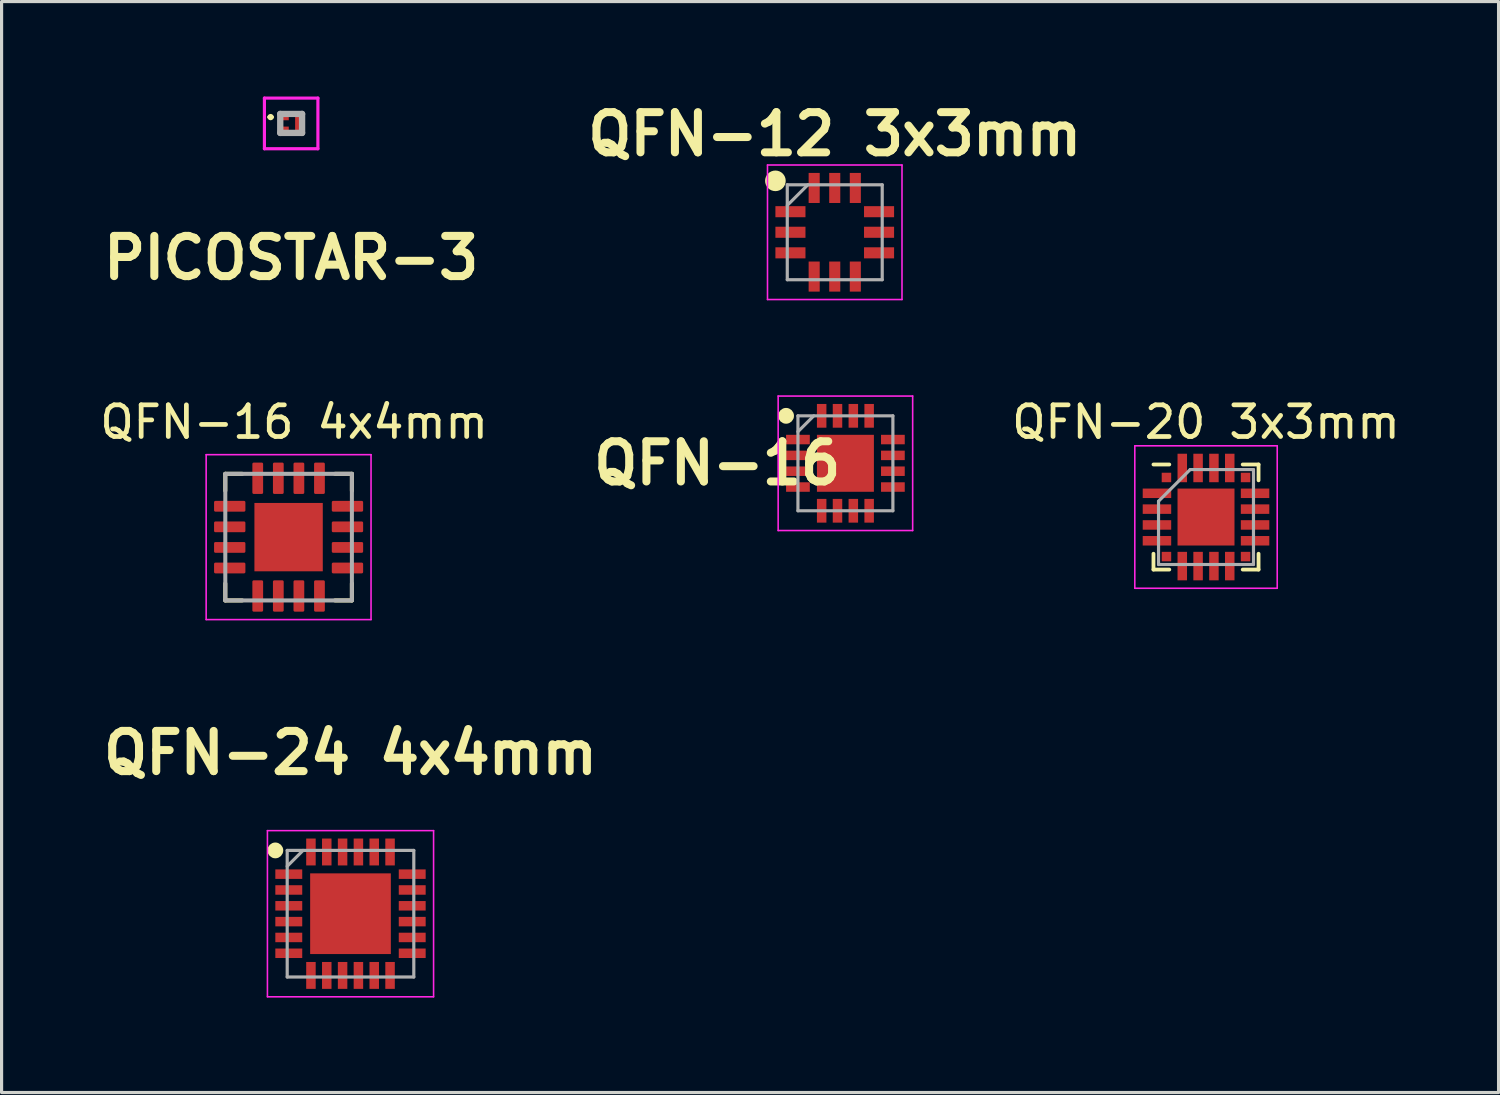
<source format=kicad_pcb>
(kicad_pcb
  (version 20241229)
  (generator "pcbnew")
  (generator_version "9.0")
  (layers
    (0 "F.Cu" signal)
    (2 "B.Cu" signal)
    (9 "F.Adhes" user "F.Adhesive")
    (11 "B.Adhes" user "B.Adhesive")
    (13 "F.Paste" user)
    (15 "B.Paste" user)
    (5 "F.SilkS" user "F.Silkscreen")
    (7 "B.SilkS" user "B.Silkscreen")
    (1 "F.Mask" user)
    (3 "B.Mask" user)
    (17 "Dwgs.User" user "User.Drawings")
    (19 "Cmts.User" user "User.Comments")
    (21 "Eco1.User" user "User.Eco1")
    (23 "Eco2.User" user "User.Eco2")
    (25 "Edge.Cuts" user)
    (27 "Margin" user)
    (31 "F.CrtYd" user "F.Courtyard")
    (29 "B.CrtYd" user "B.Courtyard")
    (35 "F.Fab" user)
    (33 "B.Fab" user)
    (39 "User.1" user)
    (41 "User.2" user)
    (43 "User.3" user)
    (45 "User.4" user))
  (footprint "QFN-24 4x4mm"
    (layer "F.Cu")
    (at 8.025 25.821)
    (property "Reference" "QFN-24 4x4mm" (at 0 -5.08 0) (layer "F.SilkS") (effects (font (size 1.27 1.27) (thickness 0.254))))
    (attr smd)
    (fp_circle (center -2.375 -2) (end -2.375 -1.875) (stroke (width 0.25) (type solid)) (fill no) (layer "F.SilkS"))
    (fp_line (start -2.625 -2.625) (end 2.625 -2.625) (stroke (width 0.05) (type solid)) (layer "F.CrtYd"))
    (fp_line (start -2.625 2.625) (end -2.625 -2.625) (stroke (width 0.05) (type solid)) (layer "F.CrtYd"))
    (fp_line (start 2.625 -2.625) (end 2.625 2.625) (stroke (width 0.05) (type solid)) (layer "F.CrtYd"))
    (fp_line (start 2.625 2.625) (end -2.625 2.625) (stroke (width 0.05) (type solid)) (layer "F.CrtYd"))
    (fp_line (start -2 -2) (end 2 -2) (stroke (width 0.1) (type solid)) (layer "F.Fab"))
    (fp_line (start -2 -1.5) (end -1.5 -2) (stroke (width 0.1) (type solid)) (layer "F.Fab"))
    (fp_line (start -2 2) (end -2 -2) (stroke (width 0.1) (type solid)) (layer "F.Fab"))
    (fp_line (start 2 -2) (end 2 2) (stroke (width 0.1) (type solid)) (layer "F.Fab"))
    (fp_line (start 2 2) (end -2 2) (stroke (width 0.1) (type solid)) (layer "F.Fab"))
    (pad "1" smd rect (at -1.95 -1.25 90) (size 0.3 0.85) (layers "F.Cu" "F.Mask" "F.Paste"))
    (pad "2" smd rect (at -1.95 -0.75 90) (size 0.3 0.85) (layers "F.Cu" "F.Mask" "F.Paste"))
    (pad "3" smd rect (at -1.95 -0.25 90) (size 0.3 0.85) (layers "F.Cu" "F.Mask" "F.Paste"))
    (pad "4" smd rect (at -1.95 0.25 90) (size 0.3 0.85) (layers "F.Cu" "F.Mask" "F.Paste"))
    (pad "5" smd rect (at -1.95 0.75 90) (size 0.3 0.85) (layers "F.Cu" "F.Mask" "F.Paste"))
    (pad "6" smd rect (at -1.95 1.25 90) (size 0.3 0.85) (layers "F.Cu" "F.Mask" "F.Paste"))
    (pad "7" smd rect (at -1.25 1.95) (size 0.3 0.85) (layers "F.Cu" "F.Mask" "F.Paste"))
    (pad "8" smd rect (at -0.75 1.95) (size 0.3 0.85) (layers "F.Cu" "F.Mask" "F.Paste"))
    (pad "9" smd rect (at -0.25 1.95) (size 0.3 0.85) (layers "F.Cu" "F.Mask" "F.Paste"))
    (pad "10" smd rect (at 0.25 1.95) (size 0.3 0.85) (layers "F.Cu" "F.Mask" "F.Paste"))
    (pad "11" smd rect (at 0.75 1.95) (size 0.3 0.85) (layers "F.Cu" "F.Mask" "F.Paste"))
    (pad "12" smd rect (at 1.25 1.95) (size 0.3 0.85) (layers "F.Cu" "F.Mask" "F.Paste"))
    (pad "13" smd rect (at 1.95 1.25 90) (size 0.3 0.85) (layers "F.Cu" "F.Mask" "F.Paste"))
    (pad "14" smd rect (at 1.95 0.75 90) (size 0.3 0.85) (layers "F.Cu" "F.Mask" "F.Paste"))
    (pad "15" smd rect (at 1.95 0.25 90) (size 0.3 0.85) (layers "F.Cu" "F.Mask" "F.Paste"))
    (pad "16" smd rect (at 1.95 -0.25 90) (size 0.3 0.85) (layers "F.Cu" "F.Mask" "F.Paste"))
    (pad "17" smd rect (at 1.95 -0.75 90) (size 0.3 0.85) (layers "F.Cu" "F.Mask" "F.Paste"))
    (pad "18" smd rect (at 1.95 -1.25 90) (size 0.3 0.85) (layers "F.Cu" "F.Mask" "F.Paste"))
    (pad "19" smd rect (at 1.25 -1.95) (size 0.3 0.85) (layers "F.Cu" "F.Mask" "F.Paste"))
    (pad "20" smd rect (at 0.75 -1.95) (size 0.3 0.85) (layers "F.Cu" "F.Mask" "F.Paste"))
    (pad "21" smd rect (at 0.25 -1.95) (size 0.3 0.85) (layers "F.Cu" "F.Mask" "F.Paste"))
    (pad "22" smd rect (at -0.25 -1.95) (size 0.3 0.85) (layers "F.Cu" "F.Mask" "F.Paste"))
    (pad "23" smd rect (at -0.75 -1.95) (size 0.3 0.85) (layers "F.Cu" "F.Mask" "F.Paste"))
    (pad "24" smd rect (at -1.25 -1.95) (size 0.3 0.85) (layers "F.Cu" "F.Mask" "F.Paste"))
    (pad "25" smd rect (at 0 0) (size 2.55 2.55) (layers "F.Cu" "F.Mask" "F.Paste")))
  (footprint "QFN-16"
    (layer "F.Cu")
    (at 23.663 11.589)
    (property "Reference" "QFN-16" (at -4.05 0 0) (layer "F.SilkS") (effects (font (size 1.27 1.27) (thickness 0.254))))
    (attr smd)
    (fp_circle (center -1.875 -1.5) (end -1.875 -1.375) (stroke (width 0.25) (type solid)) (fill no) (layer "F.SilkS"))
    (fp_line (start -2.125 -2.125) (end 2.125 -2.125) (stroke (width 0.05) (type solid)) (layer "F.CrtYd"))
    (fp_line (start -2.125 2.125) (end -2.125 -2.125) (stroke (width 0.05) (type solid)) (layer "F.CrtYd"))
    (fp_line (start 2.125 -2.125) (end 2.125 2.125) (stroke (width 0.05) (type solid)) (layer "F.CrtYd"))
    (fp_line (start 2.125 2.125) (end -2.125 2.125) (stroke (width 0.05) (type solid)) (layer "F.CrtYd"))
    (fp_line (start -1.5 -1.5) (end 1.5 -1.5) (stroke (width 0.1) (type solid)) (layer "F.Fab"))
    (fp_line (start -1.5 -1) (end -1 -1.5) (stroke (width 0.1) (type solid)) (layer "F.Fab"))
    (fp_line (start -1.5 1.5) (end -1.5 -1.5) (stroke (width 0.1) (type solid)) (layer "F.Fab"))
    (fp_line (start 1.5 -1.5) (end 1.5 1.5) (stroke (width 0.1) (type solid)) (layer "F.Fab"))
    (fp_line (start 1.5 1.5) (end -1.5 1.5) (stroke (width 0.1) (type solid)) (layer "F.Fab"))
    (pad "1" smd rect (at -1.5 -0.75 90) (size 0.3 0.75) (layers "F.Cu" "F.Mask" "F.Paste"))
    (pad "2" smd rect (at -1.5 -0.25 90) (size 0.3 0.75) (layers "F.Cu" "F.Mask" "F.Paste"))
    (pad "3" smd rect (at -1.5 0.25 90) (size 0.3 0.75) (layers "F.Cu" "F.Mask" "F.Paste"))
    (pad "4" smd rect (at -1.5 0.75 90) (size 0.3 0.75) (layers "F.Cu" "F.Mask" "F.Paste"))
    (pad "5" smd rect (at -0.75 1.5) (size 0.3 0.75) (layers "F.Cu" "F.Mask" "F.Paste"))
    (pad "6" smd rect (at -0.25 1.5) (size 0.3 0.75) (layers "F.Cu" "F.Mask" "F.Paste"))
    (pad "7" smd rect (at 0.25 1.5) (size 0.3 0.75) (layers "F.Cu" "F.Mask" "F.Paste"))
    (pad "8" smd rect (at 0.75 1.5) (size 0.3 0.75) (layers "F.Cu" "F.Mask" "F.Paste"))
    (pad "9" smd rect (at 1.5 0.75 90) (size 0.3 0.75) (layers "F.Cu" "F.Mask" "F.Paste"))
    (pad "10" smd rect (at 1.5 0.25 90) (size 0.3 0.75) (layers "F.Cu" "F.Mask" "F.Paste"))
    (pad "11" smd rect (at 1.5 -0.25 90) (size 0.3 0.75) (layers "F.Cu" "F.Mask" "F.Paste"))
    (pad "12" smd rect (at 1.5 -0.75 90) (size 0.3 0.75) (layers "F.Cu" "F.Mask" "F.Paste"))
    (pad "13" smd rect (at 0.75 -1.5) (size 0.3 0.75) (layers "F.Cu" "F.Mask" "F.Paste"))
    (pad "14" smd rect (at 0.25 -1.5) (size 0.3 0.75) (layers "F.Cu" "F.Mask" "F.Paste"))
    (pad "15" smd rect (at -0.25 -1.5) (size 0.3 0.75) (layers "F.Cu" "F.Mask" "F.Paste"))
    (pad "16" smd rect (at -0.75 -1.5) (size 0.3 0.75) (layers "F.Cu" "F.Mask" "F.Paste"))
    (pad "17" smd rect (at 0 0) (size 1.8 1.8) (layers "F.Cu" "F.Mask" "F.Paste")))
  (footprint "QFN-16 4x4mm"
    (layer "F.Cu")
    (at 6.069 13.922)
    (property "Reference" "QFN-16 4x4mm" (at 0.175 -3.635 0) (layer "F.SilkS") (effects (font (size 1 1) (thickness 0.15))))
    (attr smd)
    (fp_line (start -2 -2) (end -2 -1.465) (stroke (width 0.127) (type solid)) (layer "F.SilkS"))
    (fp_line (start -2 -2) (end -1.465 -2) (stroke (width 0.127) (type solid)) (layer "F.SilkS"))
    (fp_line (start -2 2) (end -2 1.465) (stroke (width 0.127) (type solid)) (layer "F.SilkS"))
    (fp_line (start -2 2) (end -1.465 2) (stroke (width 0.127) (type solid)) (layer "F.SilkS"))
    (fp_line (start 2 -2) (end 1.465 -2) (stroke (width 0.127) (type solid)) (layer "F.SilkS"))
    (fp_line (start 2 -2) (end 2 -1.465) (stroke (width 0.127) (type solid)) (layer "F.SilkS"))
    (fp_line (start 2 2) (end 1.465 2) (stroke (width 0.127) (type solid)) (layer "F.SilkS"))
    (fp_line (start 2 2) (end 2 1.465) (stroke (width 0.127) (type solid)) (layer "F.SilkS"))
    (fp_poly (pts (xy -0.68 -0.68) (xy 0.68 -0.68) (xy 0.68 0.68) (xy -0.68 0.68)) (stroke (width 0.01) (type solid)) (fill yes) (layer "F.Paste"))
    (fp_line (start -2.605 -2.605) (end 2.605 -2.605) (stroke (width 0.05) (type solid)) (layer "F.CrtYd"))
    (fp_line (start -2.605 2.605) (end -2.605 -2.605) (stroke (width 0.05) (type solid)) (layer "F.CrtYd"))
    (fp_line (start -2.605 2.605) (end 2.605 2.605) (stroke (width 0.05) (type solid)) (layer "F.CrtYd"))
    (fp_line (start 2.605 2.605) (end 2.605 -2.605) (stroke (width 0.05) (type solid)) (layer "F.CrtYd"))
    (fp_line (start -2 2) (end -2 -2) (stroke (width 0.127) (type solid)) (layer "F.Fab"))
    (fp_line (start 2 -2) (end -2 -2) (stroke (width 0.127) (type solid)) (layer "F.Fab"))
    (fp_line (start 2 2) (end -2 2) (stroke (width 0.127) (type solid)) (layer "F.Fab"))
    (fp_line (start 2 2) (end 2 -2) (stroke (width 0.127) (type solid)) (layer "F.Fab"))
    (pad "1" smd roundrect (at -0.975 1.86 90) (size 0.99 0.34) (layers "F.Cu" "F.Mask" "F.Paste") (roundrect_rratio 0.125))
    (pad "2" smd roundrect (at -0.325 1.86 90) (size 0.99 0.34) (layers "F.Cu" "F.Mask" "F.Paste") (roundrect_rratio 0.125))
    (pad "3" smd roundrect (at 0.325 1.86 90) (size 0.99 0.34) (layers "F.Cu" "F.Mask" "F.Paste") (roundrect_rratio 0.125))
    (pad "4" smd roundrect (at 0.975 1.86 90) (size 0.99 0.34) (layers "F.Cu" "F.Mask" "F.Paste") (roundrect_rratio 0.125))
    (pad "5" smd roundrect (at 1.86 0.975 90) (size 0.34 0.99) (layers "F.Cu" "F.Mask" "F.Paste") (roundrect_rratio 0.125))
    (pad "6" smd roundrect (at 1.86 0.325 90) (size 0.34 0.99) (layers "F.Cu" "F.Mask" "F.Paste") (roundrect_rratio 0.125))
    (pad "7" smd roundrect (at 1.86 -0.325 90) (size 0.34 0.99) (layers "F.Cu" "F.Mask" "F.Paste") (roundrect_rratio 0.125))
    (pad "8" smd roundrect (at 1.86 -0.975 90) (size 0.34 0.99) (layers "F.Cu" "F.Mask" "F.Paste") (roundrect_rratio 0.125))
    (pad "9" smd roundrect (at 0.975 -1.86 90) (size 0.99 0.34) (layers "F.Cu" "F.Mask" "F.Paste") (roundrect_rratio 0.125))
    (pad "10" smd roundrect (at 0.325 -1.86 90) (size 0.99 0.34) (layers "F.Cu" "F.Mask" "F.Paste") (roundrect_rratio 0.125))
    (pad "11" smd roundrect (at -0.325 -1.86 90) (size 0.99 0.34) (layers "F.Cu" "F.Mask" "F.Paste") (roundrect_rratio 0.125))
    (pad "12" smd roundrect (at -0.975 -1.86 90) (size 0.99 0.34) (layers "F.Cu" "F.Mask" "F.Paste") (roundrect_rratio 0.125))
    (pad "13" smd roundrect (at -1.86 -0.975 90) (size 0.34 0.99) (layers "F.Cu" "F.Mask" "F.Paste") (roundrect_rratio 0.125))
    (pad "14" smd roundrect (at -1.86 -0.325 90) (size 0.34 0.99) (layers "F.Cu" "F.Mask" "F.Paste") (roundrect_rratio 0.125))
    (pad "15" smd roundrect (at -1.86 0.325 90) (size 0.34 0.99) (layers "F.Cu" "F.Mask" "F.Paste") (roundrect_rratio 0.125))
    (pad "16" smd roundrect (at -1.86 0.975 90) (size 0.34 0.99) (layers "F.Cu" "F.Mask" "F.Paste") (roundrect_rratio 0.125))
    (pad "17" smd rect (at 0 0 90) (size 2.16 2.16) (layers "F.Cu" "F.Mask")))
  (footprint "PICOSTAR-3"
    (layer "F.Cu")
    (at 6.15 0.85)
    (property "Reference" "PICOSTAR-3" (at 0 4.25 0) (layer "F.SilkS") (effects (font (size 1.27 1.27) (thickness 0.254))))
    (attr smd)
    (fp_line (start -0.7 -0.2) (end -0.7 -0.2) (stroke (width 0.1) (type solid)) (layer "F.SilkS"))
    (fp_line (start -0.6 -0.2) (end -0.6 -0.2) (stroke (width 0.1) (type solid)) (layer "F.SilkS"))
    (fp_arc (start -0.7 -0.2) (mid -0.65 -0.25) (end -0.6 -0.2) (stroke (width 0.1) (type solid)) (layer "F.SilkS"))
    (fp_arc (start -0.6 -0.2) (mid -0.65 -0.15) (end -0.7 -0.2) (stroke (width 0.1) (type solid)) (layer "F.SilkS"))
    (fp_line (start -0.845 -0.8) (end 0.845 -0.8) (stroke (width 0.1) (type solid)) (layer "F.CrtYd"))
    (fp_line (start -0.845 0.8) (end -0.845 -0.8) (stroke (width 0.1) (type solid)) (layer "F.CrtYd"))
    (fp_line (start 0.845 -0.8) (end 0.845 0.8) (stroke (width 0.1) (type solid)) (layer "F.CrtYd"))
    (fp_line (start 0.845 0.8) (end -0.845 0.8) (stroke (width 0.1) (type solid)) (layer "F.CrtYd"))
    (fp_line (start -0.345 -0.3) (end 0.345 -0.3) (stroke (width 0.2) (type solid)) (layer "F.Fab"))
    (fp_line (start -0.345 0.3) (end -0.345 -0.3) (stroke (width 0.2) (type solid)) (layer "F.Fab"))
    (fp_line (start 0.345 -0.3) (end 0.345 0.3) (stroke (width 0.2) (type solid)) (layer "F.Fab"))
    (fp_line (start 0.345 0.3) (end -0.345 0.3) (stroke (width 0.2) (type solid)) (layer "F.Fab"))
    (pad "1" smd rect (at -0.2 -0.175 90) (size 0.15 0.25) (layers "F.Cu" "F.Mask" "F.Paste"))
    (pad "2" smd rect (at -0.2 0.175 90) (size 0.15 0.25) (layers "F.Cu" "F.Mask" "F.Paste"))
    (pad "3" smd rect (at 0.2 0) (size 0.15 0.5) (layers "F.Cu" "F.Mask" "F.Paste")))
  (footprint "QFN-12 3x3mm"
    (layer "F.Cu")
    (at 23.326 4.289)
    (property "Reference" "QFN-12 3x3mm" (at 0 -3.1 0) (layer "F.SilkS") (effects (font (size 1.27 1.27) (thickness 0.254))))
    (attr smd)
    (fp_circle (center -1.875 -1.625) (end -1.875 -1.462) (stroke (width 0.325) (type solid)) (fill no) (layer "F.SilkS"))
    (fp_line (start -2.125 -2.125) (end 2.125 -2.125) (stroke (width 0.05) (type solid)) (layer "F.CrtYd"))
    (fp_line (start -2.125 2.125) (end -2.125 -2.125) (stroke (width 0.05) (type solid)) (layer "F.CrtYd"))
    (fp_line (start 2.125 -2.125) (end 2.125 2.125) (stroke (width 0.05) (type solid)) (layer "F.CrtYd"))
    (fp_line (start 2.125 2.125) (end -2.125 2.125) (stroke (width 0.05) (type solid)) (layer "F.CrtYd"))
    (fp_line (start -1.5 -1.5) (end 1.5 -1.5) (stroke (width 0.1) (type solid)) (layer "F.Fab"))
    (fp_line (start -1.5 -0.85) (end -0.85 -1.5) (stroke (width 0.1) (type solid)) (layer "F.Fab"))
    (fp_line (start -1.5 1.5) (end -1.5 -1.5) (stroke (width 0.1) (type solid)) (layer "F.Fab"))
    (fp_line (start 1.5 -1.5) (end 1.5 1.5) (stroke (width 0.1) (type solid)) (layer "F.Fab"))
    (fp_line (start 1.5 1.5) (end -1.5 1.5) (stroke (width 0.1) (type solid)) (layer "F.Fab"))
    (pad "1" smd rect (at -1.4 -0.65 90) (size 0.35 0.95) (layers "F.Cu" "F.Mask" "F.Paste"))
    (pad "2" smd rect (at -1.4 0 90) (size 0.35 0.95) (layers "F.Cu" "F.Mask" "F.Paste"))
    (pad "3" smd rect (at -1.4 0.65 90) (size 0.35 0.95) (layers "F.Cu" "F.Mask" "F.Paste"))
    (pad "4" smd rect (at -0.65 1.4) (size 0.35 0.95) (layers "F.Cu" "F.Mask" "F.Paste"))
    (pad "5" smd rect (at 0 1.4) (size 0.35 0.95) (layers "F.Cu" "F.Mask" "F.Paste"))
    (pad "6" smd rect (at 0.65 1.4) (size 0.35 0.95) (layers "F.Cu" "F.Mask" "F.Paste"))
    (pad "7" smd rect (at 1.4 0.65 90) (size 0.35 0.95) (layers "F.Cu" "F.Mask" "F.Paste"))
    (pad "8" smd rect (at 1.4 0 90) (size 0.35 0.95) (layers "F.Cu" "F.Mask" "F.Paste"))
    (pad "9" smd rect (at 1.4 -0.65 90) (size 0.35 0.95) (layers "F.Cu" "F.Mask" "F.Paste"))
    (pad "10" smd rect (at 0.65 -1.4) (size 0.35 0.95) (layers "F.Cu" "F.Mask" "F.Paste"))
    (pad "11" smd rect (at 0 -1.4) (size 0.35 0.95) (layers "F.Cu" "F.Mask" "F.Paste"))
    (pad "12" smd rect (at -0.65 -1.4) (size 0.35 0.95) (layers "F.Cu" "F.Mask" "F.Paste")))
  (footprint "QFN-20 3x3mm"
    (layer "F.Cu")
    (at 35.057 13.287)
    (property "Reference" "QFN-20 3x3mm" (at 0 -3 0) (layer "F.SilkS") (effects (font (size 1 1) (thickness 0.15))))
    (attr smd)
    (fp_line (start -1.66 -1.66) (end -1.16 -1.66) (stroke (width 0.12) (type solid)) (layer "F.SilkS"))
    (fp_line (start -1.66 1.66) (end -1.66 1.16) (stroke (width 0.12) (type solid)) (layer "F.SilkS"))
    (fp_line (start -1.16 1.66) (end -1.66 1.66) (stroke (width 0.12) (type solid)) (layer "F.SilkS"))
    (fp_line (start 1.16 -1.66) (end 1.66 -1.66) (stroke (width 0.12) (type solid)) (layer "F.SilkS"))
    (fp_line (start 1.16 1.66) (end 1.66 1.66) (stroke (width 0.12) (type solid)) (layer "F.SilkS"))
    (fp_line (start 1.66 -1.66) (end 1.66 -1.16) (stroke (width 0.12) (type solid)) (layer "F.SilkS"))
    (fp_line (start 1.66 1.66) (end 1.66 1.16) (stroke (width 0.12) (type solid)) (layer "F.SilkS"))
    (fp_line (start -2.25 -2.25) (end -2.25 2.25) (stroke (width 0.05) (type solid)) (layer "F.CrtYd"))
    (fp_line (start -2.25 2.25) (end 2.25 2.25) (stroke (width 0.05) (type solid)) (layer "F.CrtYd"))
    (fp_line (start 2.25 -2.25) (end -2.25 -2.25) (stroke (width 0.05) (type solid)) (layer "F.CrtYd"))
    (fp_line (start 2.25 2.25) (end 2.25 -2.25) (stroke (width 0.05) (type solid)) (layer "F.CrtYd"))
    (fp_line (start -1.5 -0.5) (end -0.5 -1.5) (stroke (width 0.1) (type solid)) (layer "F.Fab"))
    (fp_line (start -1.5 1.5) (end -1.5 -0.5) (stroke (width 0.1) (type solid)) (layer "F.Fab"))
    (fp_line (start -0.5 -1.5) (end 1.5 -1.5) (stroke (width 0.1) (type solid)) (layer "F.Fab"))
    (fp_line (start 1.5 -1.5) (end 1.5 1.5) (stroke (width 0.1) (type solid)) (layer "F.Fab"))
    (fp_line (start 1.5 1.5) (end -1.5 1.5) (stroke (width 0.1) (type solid)) (layer "F.Fab"))
    (pad "" smd rect (at -0.45 -0.45) (size 0.54 0.54) (layers "F.Paste"))
    (pad "" smd rect (at -0.45 0.45) (size 0.54 0.54) (layers "F.Paste"))
    (pad "" smd rect (at 0.45 -0.45) (size 0.54 0.54) (layers "F.Paste"))
    (pad "" smd rect (at 0.45 0.45) (size 0.54 0.54) (layers "F.Paste"))
    (pad "1" smd rect (at -1.25 -1.25) (size 0.3 0.3) (layers "F.Cu" "F.Mask" "F.Paste"))
    (pad "2" smd rect (at -1.55 -0.75) (size 0.9 0.3) (layers "F.Cu" "F.Mask" "F.Paste"))
    (pad "3" smd rect (at -1.55 -0.25) (size 0.9 0.3) (layers "F.Cu" "F.Mask" "F.Paste"))
    (pad "4" smd rect (at -1.55 0.25) (size 0.9 0.3) (layers "F.Cu" "F.Mask" "F.Paste"))
    (pad "5" smd rect (at -1.55 0.75) (size 0.9 0.3) (layers "F.Cu" "F.Mask" "F.Paste"))
    (pad "6" smd rect (at -1.25 1.25) (size 0.3 0.3) (layers "F.Cu" "F.Mask" "F.Paste"))
    (pad "7" smd rect (at -0.75 1.55 90) (size 0.9 0.3) (layers "F.Cu" "F.Mask" "F.Paste"))
    (pad "8" smd rect (at -0.25 1.55 90) (size 0.9 0.3) (layers "F.Cu" "F.Mask" "F.Paste"))
    (pad "9" smd rect (at 0.25 1.55 90) (size 0.9 0.3) (layers "F.Cu" "F.Mask" "F.Paste"))
    (pad "10" smd rect (at 0.75 1.55 90) (size 0.9 0.3) (layers "F.Cu" "F.Mask" "F.Paste"))
    (pad "11" smd rect (at 1.25 1.25) (size 0.3 0.3) (layers "F.Cu" "F.Mask" "F.Paste"))
    (pad "12" smd rect (at 1.55 0.75) (size 0.9 0.3) (layers "F.Cu" "F.Mask" "F.Paste"))
    (pad "13" smd rect (at 1.55 0.25) (size 0.9 0.3) (layers "F.Cu" "F.Mask" "F.Paste"))
    (pad "14" smd rect (at 1.55 -0.25) (size 0.9 0.3) (layers "F.Cu" "F.Mask" "F.Paste"))
    (pad "15" smd rect (at 1.55 -0.75) (size 0.9 0.3) (layers "F.Cu" "F.Mask" "F.Paste"))
    (pad "16" smd rect (at 1.25 -1.25) (size 0.3 0.3) (layers "F.Cu" "F.Mask" "F.Paste"))
    (pad "17" smd rect (at 0.75 -1.55 90) (size 0.9 0.3) (layers "F.Cu" "F.Mask" "F.Paste"))
    (pad "18" smd rect (at 0.25 -1.55 90) (size 0.9 0.3) (layers "F.Cu" "F.Mask" "F.Paste"))
    (pad "19" smd rect (at -0.25 -1.55 90) (size 0.9 0.3) (layers "F.Cu" "F.Mask" "F.Paste"))
    (pad "20" smd rect (at -0.75 -1.55 90) (size 0.9 0.3) (layers "F.Cu" "F.Mask" "F.Paste"))
    (pad "21" smd rect (at 0 0) (size 1.8 1.8) (layers "F.Cu" "F.Mask")))
  (gr_rect
    (start -3 -3)
    (end 44.301 31.471)
    (stroke (width 0.1) (type default))
    (fill no)
    (layer "Edge.Cuts")))
</source>
